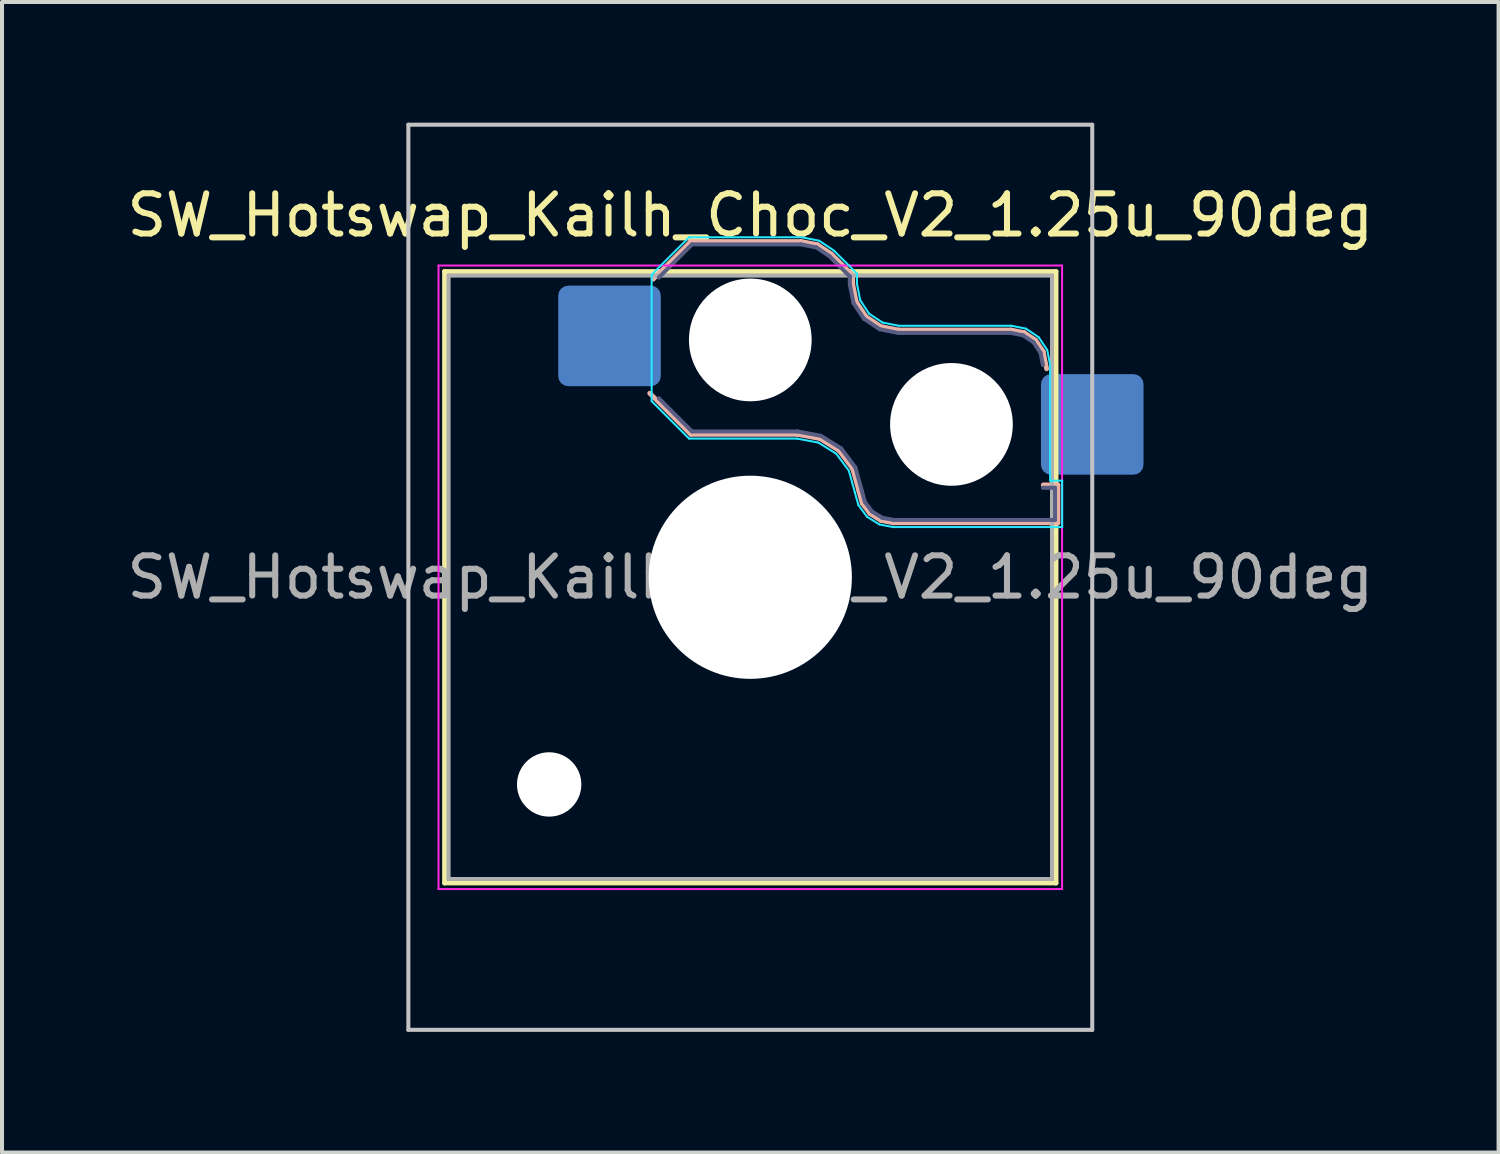
<source format=kicad_pcb>
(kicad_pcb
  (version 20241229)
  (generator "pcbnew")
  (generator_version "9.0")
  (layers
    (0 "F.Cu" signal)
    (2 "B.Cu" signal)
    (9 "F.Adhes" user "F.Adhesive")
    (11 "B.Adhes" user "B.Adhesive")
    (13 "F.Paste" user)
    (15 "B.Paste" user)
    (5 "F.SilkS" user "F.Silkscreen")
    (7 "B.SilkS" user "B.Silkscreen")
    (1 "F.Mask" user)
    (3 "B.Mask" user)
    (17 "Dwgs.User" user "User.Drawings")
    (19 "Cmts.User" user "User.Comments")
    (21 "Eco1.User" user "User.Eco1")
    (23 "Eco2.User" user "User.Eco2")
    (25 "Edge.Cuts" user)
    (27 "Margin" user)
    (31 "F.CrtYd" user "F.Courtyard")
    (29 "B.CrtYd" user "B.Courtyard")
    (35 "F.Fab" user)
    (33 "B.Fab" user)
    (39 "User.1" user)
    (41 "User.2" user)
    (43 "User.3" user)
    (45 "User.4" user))
  (footprint "SW_Hotswap_Kailh_Choc_V2_1.25u_90deg"
    (layer "F.Cu")
    (at 15.601 11.3)
    (property "Reference" "SW_Hotswap_Kailh_Choc_V2_1.25u_90deg" (at 0 -9 0) (layer "F.SilkS") (effects (font (size 1 1) (thickness 0.15))))
    (attr smd)
    (fp_line (start -7.6 -7.6) (end -7.6 7.6) (stroke (width 0.12) (type solid)) (layer "F.SilkS"))
    (fp_line (start -7.6 7.6) (end 7.6 7.6) (stroke (width 0.12) (type solid)) (layer "F.SilkS"))
    (fp_line (start 7.6 -7.6) (end -7.6 -7.6) (stroke (width 0.12) (type solid)) (layer "F.SilkS"))
    (fp_line (start 7.6 7.6) (end 7.6 -7.6) (stroke (width 0.12) (type solid)) (layer "F.SilkS"))
    (fp_line (start -2.416 -7.409) (end -1.479 -8.346) (stroke (width 0.12) (type solid)) (layer "B.SilkS"))
    (fp_line (start -1.479 -8.346) (end 1.268 -8.346) (stroke (width 0.12) (type solid)) (layer "B.SilkS"))
    (fp_line (start -1.479 -3.554) (end -2.5 -4.575) (stroke (width 0.12) (type solid)) (layer "B.SilkS"))
    (fp_line (start 1.168 -3.554) (end -1.479 -3.554) (stroke (width 0.12) (type solid)) (layer "B.SilkS"))
    (fp_line (start 1.268 -8.346) (end 1.671 -8.266) (stroke (width 0.12) (type solid)) (layer "B.SilkS"))
    (fp_line (start 1.671 -8.266) (end 2.013 -8.037) (stroke (width 0.12) (type solid)) (layer "B.SilkS"))
    (fp_line (start 1.73 -3.449) (end 1.168 -3.554) (stroke (width 0.12) (type solid)) (layer "B.SilkS"))
    (fp_line (start 2.013 -8.037) (end 2.546 -7.504) (stroke (width 0.12) (type solid)) (layer "B.SilkS"))
    (fp_line (start 2.209 -3.15) (end 1.73 -3.449) (stroke (width 0.12) (type solid)) (layer "B.SilkS"))
    (fp_line (start 2.546 -7.504) (end 2.546 -7.282) (stroke (width 0.12) (type solid)) (layer "B.SilkS"))
    (fp_line (start 2.546 -7.282) (end 2.633 -6.844) (stroke (width 0.12) (type solid)) (layer "B.SilkS"))
    (fp_line (start 2.547 -2.697) (end 2.209 -3.15) (stroke (width 0.12) (type solid)) (layer "B.SilkS"))
    (fp_line (start 2.633 -6.844) (end 2.877 -6.477) (stroke (width 0.12) (type solid)) (layer "B.SilkS"))
    (fp_line (start 2.701 -2.139) (end 2.547 -2.697) (stroke (width 0.12) (type solid)) (layer "B.SilkS"))
    (fp_line (start 2.783 -1.841) (end 2.701 -2.139) (stroke (width 0.12) (type solid)) (layer "B.SilkS"))
    (fp_line (start 2.877 -6.477) (end 3.244 -6.233) (stroke (width 0.12) (type solid)) (layer "B.SilkS"))
    (fp_line (start 2.976 -1.583) (end 2.783 -1.841) (stroke (width 0.12) (type solid)) (layer "B.SilkS"))
    (fp_line (start 3.244 -6.233) (end 3.682 -6.146) (stroke (width 0.12) (type solid)) (layer "B.SilkS"))
    (fp_line (start 3.25 -1.413) (end 2.976 -1.583) (stroke (width 0.12) (type solid)) (layer "B.SilkS"))
    (fp_line (start 3.56 -1.354) (end 3.25 -1.413) (stroke (width 0.12) (type solid)) (layer "B.SilkS"))
    (fp_line (start 3.682 -6.146) (end 6.482 -6.146) (stroke (width 0.12) (type solid)) (layer "B.SilkS"))
    (fp_line (start 6.482 -6.146) (end 6.809 -6.081) (stroke (width 0.12) (type solid)) (layer "B.SilkS"))
    (fp_line (start 6.809 -6.081) (end 7.092 -5.892) (stroke (width 0.12) (type solid)) (layer "B.SilkS"))
    (fp_line (start 7.092 -5.892) (end 7.281 -5.609) (stroke (width 0.12) (type solid)) (layer "B.SilkS"))
    (fp_line (start 7.281 -5.609) (end 7.366 -5.182) (stroke (width 0.12) (type solid)) (layer "B.SilkS"))
    (fp_line (start 7.283 -2.296) (end 7.646 -2.296) (stroke (width 0.12) (type solid)) (layer "B.SilkS"))
    (fp_line (start 7.646 -2.296) (end 7.646 -1.354) (stroke (width 0.12) (type solid)) (layer "B.SilkS"))
    (fp_line (start 7.646 -1.354) (end 3.56 -1.354) (stroke (width 0.12) (type solid)) (layer "B.SilkS"))
    (fp_line (start -8.5 -11.25) (end 8.5 -11.25) (stroke (width 0.1) (type solid)) (layer "Dwgs.User"))
    (fp_line (start -8.5 11.25) (end -8.5 -11.25) (stroke (width 0.1) (type solid)) (layer "Dwgs.User"))
    (fp_line (start 8.5 -11.25) (end 8.5 11.25) (stroke (width 0.1) (type solid)) (layer "Dwgs.User"))
    (fp_line (start 8.5 11.25) (end -8.5 11.25) (stroke (width 0.1) (type solid)) (layer "Dwgs.User"))
    (fp_line (start -7.25 -7.25) (end -7.25 7.25) (stroke (width 0.1) (type solid)) (layer "Eco1.User"))
    (fp_line (start -7.25 7.25) (end 7.25 7.25) (stroke (width 0.1) (type solid)) (layer "Eco1.User"))
    (fp_line (start 7.25 -7.25) (end -7.25 -7.25) (stroke (width 0.1) (type solid)) (layer "Eco1.User"))
    (fp_line (start 7.25 7.25) (end 7.25 -7.25) (stroke (width 0.1) (type solid)) (layer "Eco1.User"))
    (fp_line (start -2.452 -7.523) (end -1.523 -8.452) (stroke (width 0.05) (type solid)) (layer "B.CrtYd"))
    (fp_line (start -2.452 -4.377) (end -2.452 -7.523) (stroke (width 0.05) (type solid)) (layer "B.CrtYd"))
    (fp_line (start -1.523 -8.452) (end 1.278 -8.452) (stroke (width 0.05) (type solid)) (layer "B.CrtYd"))
    (fp_line (start -1.523 -3.448) (end -2.452 -4.377) (stroke (width 0.05) (type solid)) (layer "B.CrtYd"))
    (fp_line (start 1.159 -3.448) (end -1.523 -3.448) (stroke (width 0.05) (type solid)) (layer "B.CrtYd"))
    (fp_line (start 1.278 -8.452) (end 1.712 -8.366) (stroke (width 0.05) (type solid)) (layer "B.CrtYd"))
    (fp_line (start 1.691 -3.348) (end 1.159 -3.448) (stroke (width 0.05) (type solid)) (layer "B.CrtYd"))
    (fp_line (start 1.712 -8.366) (end 2.081 -8.119) (stroke (width 0.05) (type solid)) (layer "B.CrtYd"))
    (fp_line (start 2.081 -8.119) (end 2.652 -7.548) (stroke (width 0.05) (type solid)) (layer "B.CrtYd"))
    (fp_line (start 2.136 -3.071) (end 1.691 -3.348) (stroke (width 0.05) (type solid)) (layer "B.CrtYd"))
    (fp_line (start 2.45 -2.65) (end 2.136 -3.071) (stroke (width 0.05) (type solid)) (layer "B.CrtYd"))
    (fp_line (start 2.599 -2.111) (end 2.45 -2.65) (stroke (width 0.05) (type solid)) (layer "B.CrtYd"))
    (fp_line (start 2.652 -7.548) (end 2.652 -7.292) (stroke (width 0.05) (type solid)) (layer "B.CrtYd"))
    (fp_line (start 2.652 -7.292) (end 2.733 -6.885) (stroke (width 0.05) (type solid)) (layer "B.CrtYd"))
    (fp_line (start 2.687 -1.794) (end 2.599 -2.111) (stroke (width 0.05) (type solid)) (layer "B.CrtYd"))
    (fp_line (start 2.733 -6.885) (end 2.953 -6.553) (stroke (width 0.05) (type solid)) (layer "B.CrtYd"))
    (fp_line (start 2.903 -1.503) (end 2.687 -1.794) (stroke (width 0.05) (type solid)) (layer "B.CrtYd"))
    (fp_line (start 2.953 -6.553) (end 3.285 -6.333) (stroke (width 0.05) (type solid)) (layer "B.CrtYd"))
    (fp_line (start 3.211 -1.312) (end 2.903 -1.503) (stroke (width 0.05) (type solid)) (layer "B.CrtYd"))
    (fp_line (start 3.285 -6.333) (end 3.692 -6.252) (stroke (width 0.05) (type solid)) (layer "B.CrtYd"))
    (fp_line (start 3.55 -1.248) (end 3.211 -1.312) (stroke (width 0.05) (type solid)) (layer "B.CrtYd"))
    (fp_line (start 3.692 -6.252) (end 6.492 -6.252) (stroke (width 0.05) (type solid)) (layer "B.CrtYd"))
    (fp_line (start 6.492 -6.252) (end 6.85 -6.181) (stroke (width 0.05) (type solid)) (layer "B.CrtYd"))
    (fp_line (start 6.85 -6.181) (end 7.168 -5.968) (stroke (width 0.05) (type solid)) (layer "B.CrtYd"))
    (fp_line (start 7.168 -5.968) (end 7.381 -5.65) (stroke (width 0.05) (type solid)) (layer "B.CrtYd"))
    (fp_line (start 7.381 -5.65) (end 7.452 -5.292) (stroke (width 0.05) (type solid)) (layer "B.CrtYd"))
    (fp_line (start 7.452 -5.292) (end 7.452 -2.402) (stroke (width 0.05) (type solid)) (layer "B.CrtYd"))
    (fp_line (start 7.452 -2.402) (end 7.752 -2.402) (stroke (width 0.05) (type solid)) (layer "B.CrtYd"))
    (fp_line (start 7.752 -2.402) (end 7.752 -1.248) (stroke (width 0.05) (type solid)) (layer "B.CrtYd"))
    (fp_line (start 7.752 -1.248) (end 3.55 -1.248) (stroke (width 0.05) (type solid)) (layer "B.CrtYd"))
    (fp_line (start -7.75 -7.75) (end -7.75 7.75) (stroke (width 0.05) (type solid)) (layer "F.CrtYd"))
    (fp_line (start -7.75 7.75) (end 7.75 7.75) (stroke (width 0.05) (type solid)) (layer "F.CrtYd"))
    (fp_line (start 7.75 -7.75) (end -7.75 -7.75) (stroke (width 0.05) (type solid)) (layer "F.CrtYd"))
    (fp_line (start 7.75 7.75) (end 7.75 -7.75) (stroke (width 0.05) (type solid)) (layer "F.CrtYd"))
    (fp_line (start -2.275 -7.45) (end -1.45 -8.275) (stroke (width 0.1) (type solid)) (layer "B.Fab"))
    (fp_line (start -1.45 -8.275) (end 1.261 -8.275) (stroke (width 0.1) (type solid)) (layer "B.Fab"))
    (fp_line (start -1.45 -3.625) (end -2.275 -4.45) (stroke (width 0.1) (type solid)) (layer "B.Fab"))
    (fp_line (start 1.175 -3.625) (end -1.45 -3.625) (stroke (width 0.1) (type solid)) (layer "B.Fab"))
    (fp_line (start 1.261 -8.275) (end 1.643 -8.199) (stroke (width 0.1) (type solid)) (layer "B.Fab"))
    (fp_line (start 1.643 -8.199) (end 1.968 -7.982) (stroke (width 0.1) (type solid)) (layer "B.Fab"))
    (fp_line (start 1.756 -3.516) (end 1.175 -3.625) (stroke (width 0.1) (type solid)) (layer "B.Fab"))
    (fp_line (start 1.968 -7.982) (end 2.475 -7.475) (stroke (width 0.1) (type solid)) (layer "B.Fab"))
    (fp_line (start 2.258 -3.203) (end 1.756 -3.516) (stroke (width 0.1) (type solid)) (layer "B.Fab"))
    (fp_line (start 2.475 -7.475) (end 2.475 -7.275) (stroke (width 0.1) (type solid)) (layer "B.Fab"))
    (fp_line (start 2.475 -7.275) (end 2.566 -6.816) (stroke (width 0.1) (type solid)) (layer "B.Fab"))
    (fp_line (start 2.566 -6.816) (end 2.826 -6.426) (stroke (width 0.1) (type solid)) (layer "B.Fab"))
    (fp_line (start 2.612 -2.729) (end 2.258 -3.203) (stroke (width 0.1) (type solid)) (layer "B.Fab"))
    (fp_line (start 2.769 -2.158) (end 2.612 -2.729) (stroke (width 0.1) (type solid)) (layer "B.Fab"))
    (fp_line (start 2.826 -6.426) (end 3.216 -6.166) (stroke (width 0.1) (type solid)) (layer "B.Fab"))
    (fp_line (start 2.848 -1.873) (end 2.769 -2.158) (stroke (width 0.1) (type solid)) (layer "B.Fab"))
    (fp_line (start 3.025 -1.636) (end 2.848 -1.873) (stroke (width 0.1) (type solid)) (layer "B.Fab"))
    (fp_line (start 3.216 -6.166) (end 3.675 -6.075) (stroke (width 0.1) (type solid)) (layer "B.Fab"))
    (fp_line (start 3.276 -1.48) (end 3.025 -1.636) (stroke (width 0.1) (type solid)) (layer "B.Fab"))
    (fp_line (start 3.567 -1.425) (end 3.276 -1.48) (stroke (width 0.1) (type solid)) (layer "B.Fab"))
    (fp_line (start 3.675 -6.075) (end 6.475 -6.075) (stroke (width 0.1) (type solid)) (layer "B.Fab"))
    (fp_line (start 6.475 -6.075) (end 6.781 -6.014) (stroke (width 0.1) (type solid)) (layer "B.Fab"))
    (fp_line (start 6.781 -6.014) (end 7.041 -5.841) (stroke (width 0.1) (type solid)) (layer "B.Fab"))
    (fp_line (start 7.041 -5.841) (end 7.214 -5.581) (stroke (width 0.1) (type solid)) (layer "B.Fab"))
    (fp_line (start 7.214 -5.581) (end 7.275 -5.275) (stroke (width 0.1) (type solid)) (layer "B.Fab"))
    (fp_line (start 7.275 -2.225) (end 7.575 -2.225) (stroke (width 0.1) (type solid)) (layer "B.Fab"))
    (fp_line (start 7.575 -2.225) (end 7.575 -1.425) (stroke (width 0.1) (type solid)) (layer "B.Fab"))
    (fp_line (start 7.575 -1.425) (end 3.567 -1.425) (stroke (width 0.1) (type solid)) (layer "B.Fab"))
    (fp_line (start -7.5 -7.5) (end -7.5 7.5) (stroke (width 0.1) (type solid)) (layer "F.Fab"))
    (fp_line (start -7.5 7.5) (end 7.5 7.5) (stroke (width 0.1) (type solid)) (layer "F.Fab"))
    (fp_line (start 7.5 -7.5) (end -7.5 -7.5) (stroke (width 0.1) (type solid)) (layer "F.Fab"))
    (fp_line (start 7.5 7.5) (end 7.5 -7.5) (stroke (width 0.1) (type solid)) (layer "F.Fab"))
    (fp_text user "${REFERENCE}" (at 0 0 0) (layer "F.Fab") (effects (font (size 1 1) (thickness 0.15))))
    (pad "" np_thru_hole circle (at -5 5.15) (size 1.6 1.6) (drill 1.6) (layers "*.Cu" "*.Mask"))
    (pad "" np_thru_hole circle (at 0 -5.9) (size 3.05 3.05) (drill 3.05) (layers "*.Cu" "*.Mask"))
    (pad "" np_thru_hole circle (at 0 0) (size 5.05 5.05) (drill 5.05) (layers "*.Cu" "*.Mask"))
    (pad "" np_thru_hole circle (at 5 -3.8) (size 3.05 3.05) (drill 3.05) (layers "*.Cu" "*.Mask"))
    (pad "1" smd roundrect (at -3.5 -6) (size 2.55 2.5) (layers "B.Cu" "B.Mask" "B.Paste") (roundrect_rratio 0.1))
    (pad "2" smd roundrect (at 8.5 -3.8) (size 2.55 2.5) (layers "B.Cu" "B.Mask" "B.Paste") (roundrect_rratio 0.1)))
  (gr_rect
    (start -3 -3)
    (end 34.202 25.6)
    (stroke (width 0.1) (type default))
    (fill no)
    (layer "Edge.Cuts")))
</source>
